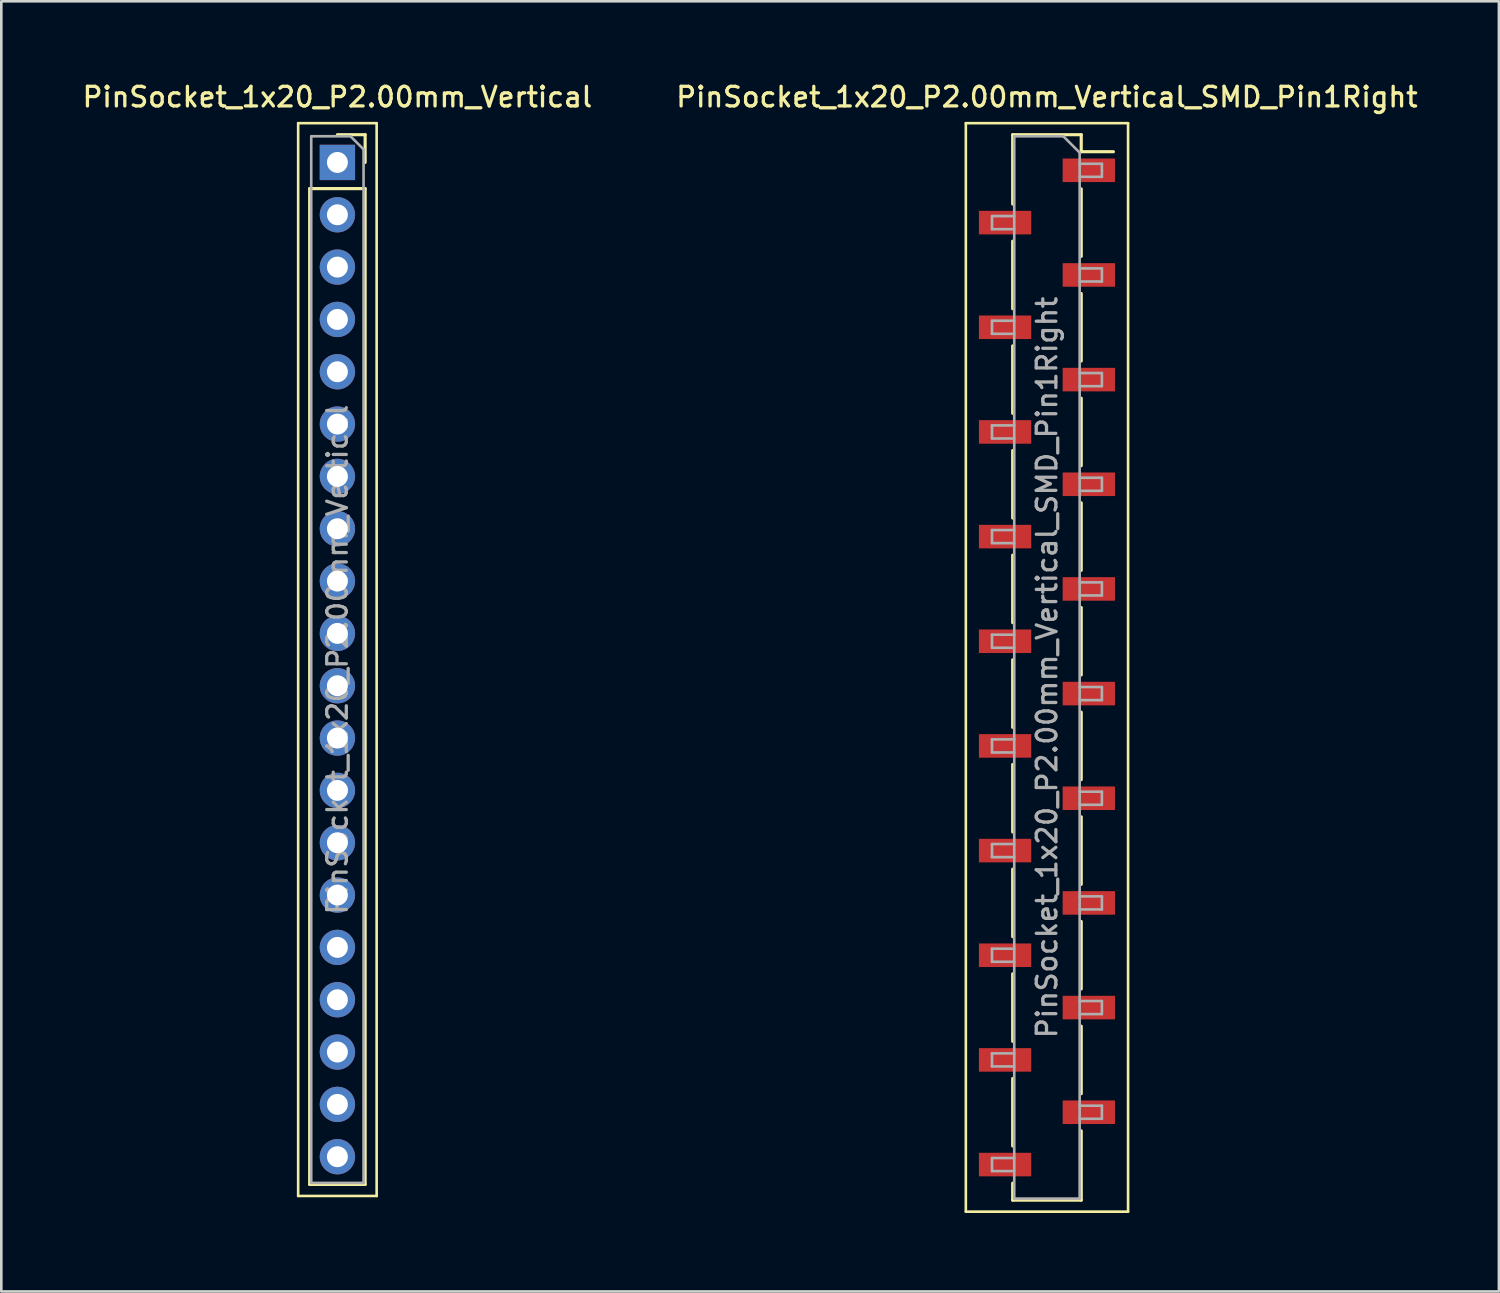
<source format=kicad_pcb>
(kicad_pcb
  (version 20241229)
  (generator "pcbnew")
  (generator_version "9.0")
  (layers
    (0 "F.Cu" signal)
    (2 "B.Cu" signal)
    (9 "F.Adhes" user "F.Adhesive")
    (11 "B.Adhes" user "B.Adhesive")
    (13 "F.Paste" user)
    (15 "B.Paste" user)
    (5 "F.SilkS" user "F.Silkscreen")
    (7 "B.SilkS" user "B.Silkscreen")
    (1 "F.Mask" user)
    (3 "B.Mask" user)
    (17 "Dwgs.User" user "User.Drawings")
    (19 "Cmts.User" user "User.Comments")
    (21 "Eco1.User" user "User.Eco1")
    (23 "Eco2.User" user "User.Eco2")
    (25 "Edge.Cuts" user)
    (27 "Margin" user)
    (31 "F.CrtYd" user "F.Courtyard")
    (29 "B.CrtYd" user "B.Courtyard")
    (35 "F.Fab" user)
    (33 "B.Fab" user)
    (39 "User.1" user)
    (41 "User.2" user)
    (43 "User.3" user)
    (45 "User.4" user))
  (footprint "PinSocket_1x20_P2.00mm_Vertical"
    (layer "F.Cu")
    (at 9.845 3.158)
    (property "Reference" "PinSocket_1x20_P2.00mm_Vertical" (at 0 -2.5 0) (layer "F.SilkS") (effects (font (size 0.75 0.75) (thickness 0.125))))
    (attr through_hole)
    (fp_line (start -1.5 -1.5) (end 1.5 -1.5) (stroke (width 0.1) (type solid)) (layer "F.SilkS"))
    (fp_line (start -1.5 39.5) (end -1.5 -1.5) (stroke (width 0.1) (type solid)) (layer "F.SilkS"))
    (fp_line (start -1.06 1) (end -1.06 39.06) (stroke (width 0.12) (type solid)) (layer "F.SilkS"))
    (fp_line (start -1.06 1) (end 1.06 1) (stroke (width 0.12) (type solid)) (layer "F.SilkS"))
    (fp_line (start -1.06 39.06) (end 1.06 39.06) (stroke (width 0.12) (type solid)) (layer "F.SilkS"))
    (fp_line (start 0 -1.06) (end 1.06 -1.06) (stroke (width 0.12) (type solid)) (layer "F.SilkS"))
    (fp_line (start 1.06 -1.06) (end 1.06 0) (stroke (width 0.12) (type solid)) (layer "F.SilkS"))
    (fp_line (start 1.06 1) (end 1.06 39.06) (stroke (width 0.12) (type solid)) (layer "F.SilkS"))
    (fp_line (start 1.5 -1.5) (end 1.5 39.5) (stroke (width 0.1) (type solid)) (layer "F.SilkS"))
    (fp_line (start 1.5 39.5) (end -1.5 39.5) (stroke (width 0.1) (type solid)) (layer "F.SilkS"))
    (fp_line (start -1 -1) (end 0.5 -1) (stroke (width 0.1) (type solid)) (layer "F.Fab"))
    (fp_line (start -1 39) (end -1 -1) (stroke (width 0.1) (type solid)) (layer "F.Fab"))
    (fp_line (start 0.5 -1) (end 1 -0.5) (stroke (width 0.1) (type solid)) (layer "F.Fab"))
    (fp_line (start 1 -0.5) (end 1 39) (stroke (width 0.1) (type solid)) (layer "F.Fab"))
    (fp_line (start 1 39) (end -1 39) (stroke (width 0.1) (type solid)) (layer "F.Fab"))
    (fp_text user "${REFERENCE}" (at 0 19 90) (layer "F.Fab") (effects (font (size 0.75 0.75) (thickness 0.125))))
    (pad "1" thru_hole rect (at 0 0) (size 1.35 1.35) (drill 0.8) (layers "*.Cu" "*.Mask"))
    (pad "2" thru_hole oval (at 0 2) (size 1.35 1.35) (drill 0.8) (layers "*.Cu" "*.Mask"))
    (pad "3" thru_hole oval (at 0 4) (size 1.35 1.35) (drill 0.8) (layers "*.Cu" "*.Mask"))
    (pad "4" thru_hole oval (at 0 6) (size 1.35 1.35) (drill 0.8) (layers "*.Cu" "*.Mask"))
    (pad "5" thru_hole oval (at 0 8) (size 1.35 1.35) (drill 0.8) (layers "*.Cu" "*.Mask"))
    (pad "6" thru_hole oval (at 0 10) (size 1.35 1.35) (drill 0.8) (layers "*.Cu" "*.Mask"))
    (pad "7" thru_hole oval (at 0 12) (size 1.35 1.35) (drill 0.8) (layers "*.Cu" "*.Mask"))
    (pad "8" thru_hole oval (at 0 14) (size 1.35 1.35) (drill 0.8) (layers "*.Cu" "*.Mask"))
    (pad "9" thru_hole oval (at 0 16) (size 1.35 1.35) (drill 0.8) (layers "*.Cu" "*.Mask"))
    (pad "10" thru_hole oval (at 0 18) (size 1.35 1.35) (drill 0.8) (layers "*.Cu" "*.Mask"))
    (pad "11" thru_hole oval (at 0 20) (size 1.35 1.35) (drill 0.8) (layers "*.Cu" "*.Mask"))
    (pad "12" thru_hole oval (at 0 22) (size 1.35 1.35) (drill 0.8) (layers "*.Cu" "*.Mask"))
    (pad "13" thru_hole oval (at 0 24) (size 1.35 1.35) (drill 0.8) (layers "*.Cu" "*.Mask"))
    (pad "14" thru_hole oval (at 0 26) (size 1.35 1.35) (drill 0.8) (layers "*.Cu" "*.Mask"))
    (pad "15" thru_hole oval (at 0 28) (size 1.35 1.35) (drill 0.8) (layers "*.Cu" "*.Mask"))
    (pad "16" thru_hole oval (at 0 30) (size 1.35 1.35) (drill 0.8) (layers "*.Cu" "*.Mask"))
    (pad "17" thru_hole oval (at 0 32) (size 1.35 1.35) (drill 0.8) (layers "*.Cu" "*.Mask"))
    (pad "18" thru_hole oval (at 0 34) (size 1.35 1.35) (drill 0.8) (layers "*.Cu" "*.Mask"))
    (pad "19" thru_hole oval (at 0 36) (size 1.35 1.35) (drill 0.8) (layers "*.Cu" "*.Mask"))
    (pad "20" thru_hole oval (at 0 38) (size 1.35 1.35) (drill 0.8) (layers "*.Cu" "*.Mask")))
  (footprint "PinSocket_1x20_P2.00mm_Vertical_SMD_Pin1Right"
    (layer "F.Cu")
    (at 36.963 22.458)
    (property "Reference" "PinSocket_1x20_P2.00mm_Vertical_SMD_Pin1Right" (at 0 -21.8 0) (layer "F.SilkS") (effects (font (size 0.75 0.75) (thickness 0.125))))
    (attr smd)
    (fp_line (start -3.1 -20.8) (end 3.1 -20.8) (stroke (width 0.1) (type solid)) (layer "F.SilkS"))
    (fp_line (start -3.1 20.8) (end -3.1 -20.8) (stroke (width 0.1) (type solid)) (layer "F.SilkS"))
    (fp_line (start -1.31 -20.36) (end -1.31 -17.71) (stroke (width 0.12) (type solid)) (layer "F.SilkS"))
    (fp_line (start -1.31 -20.36) (end 1.31 -20.36) (stroke (width 0.12) (type solid)) (layer "F.SilkS"))
    (fp_line (start -1.31 -16.29) (end -1.31 -13.71) (stroke (width 0.12) (type solid)) (layer "F.SilkS"))
    (fp_line (start -1.31 -12.29) (end -1.31 -9.71) (stroke (width 0.12) (type solid)) (layer "F.SilkS"))
    (fp_line (start -1.31 -8.29) (end -1.31 -5.71) (stroke (width 0.12) (type solid)) (layer "F.SilkS"))
    (fp_line (start -1.31 -4.29) (end -1.31 -1.71) (stroke (width 0.12) (type solid)) (layer "F.SilkS"))
    (fp_line (start -1.31 -0.29) (end -1.31 2.29) (stroke (width 0.12) (type solid)) (layer "F.SilkS"))
    (fp_line (start -1.31 3.71) (end -1.31 6.29) (stroke (width 0.12) (type solid)) (layer "F.SilkS"))
    (fp_line (start -1.31 7.71) (end -1.31 10.29) (stroke (width 0.12) (type solid)) (layer "F.SilkS"))
    (fp_line (start -1.31 11.71) (end -1.31 14.29) (stroke (width 0.12) (type solid)) (layer "F.SilkS"))
    (fp_line (start -1.31 15.71) (end -1.31 18.29) (stroke (width 0.12) (type solid)) (layer "F.SilkS"))
    (fp_line (start -1.31 19.71) (end -1.31 20.36) (stroke (width 0.12) (type solid)) (layer "F.SilkS"))
    (fp_line (start -1.31 20.36) (end 1.31 20.36) (stroke (width 0.12) (type solid)) (layer "F.SilkS"))
    (fp_line (start 1.31 -20.36) (end 1.31 -19.71) (stroke (width 0.12) (type solid)) (layer "F.SilkS"))
    (fp_line (start 1.31 -19.71) (end 2.54 -19.71) (stroke (width 0.12) (type solid)) (layer "F.SilkS"))
    (fp_line (start 1.31 -18.29) (end 1.31 -15.71) (stroke (width 0.12) (type solid)) (layer "F.SilkS"))
    (fp_line (start 1.31 -14.29) (end 1.31 -11.71) (stroke (width 0.12) (type solid)) (layer "F.SilkS"))
    (fp_line (start 1.31 -10.29) (end 1.31 -7.71) (stroke (width 0.12) (type solid)) (layer "F.SilkS"))
    (fp_line (start 1.31 -6.29) (end 1.31 -3.71) (stroke (width 0.12) (type solid)) (layer "F.SilkS"))
    (fp_line (start 1.31 -2.29) (end 1.31 0.29) (stroke (width 0.12) (type solid)) (layer "F.SilkS"))
    (fp_line (start 1.31 1.71) (end 1.31 4.29) (stroke (width 0.12) (type solid)) (layer "F.SilkS"))
    (fp_line (start 1.31 5.71) (end 1.31 8.29) (stroke (width 0.12) (type solid)) (layer "F.SilkS"))
    (fp_line (start 1.31 9.71) (end 1.31 12.29) (stroke (width 0.12) (type solid)) (layer "F.SilkS"))
    (fp_line (start 1.31 13.71) (end 1.31 16.29) (stroke (width 0.12) (type solid)) (layer "F.SilkS"))
    (fp_line (start 1.31 17.71) (end 1.31 20.36) (stroke (width 0.12) (type solid)) (layer "F.SilkS"))
    (fp_line (start 3.1 -20.8) (end 3.1 20.8) (stroke (width 0.1) (type solid)) (layer "F.SilkS"))
    (fp_line (start 3.1 20.8) (end -3.1 20.8) (stroke (width 0.1) (type solid)) (layer "F.SilkS"))
    (fp_line (start -2.1 -17.25) (end -1.25 -17.25) (stroke (width 0.1) (type solid)) (layer "F.Fab"))
    (fp_line (start -2.1 -16.75) (end -2.1 -17.25) (stroke (width 0.1) (type solid)) (layer "F.Fab"))
    (fp_line (start -2.1 -13.25) (end -1.25 -13.25) (stroke (width 0.1) (type solid)) (layer "F.Fab"))
    (fp_line (start -2.1 -12.75) (end -2.1 -13.25) (stroke (width 0.1) (type solid)) (layer "F.Fab"))
    (fp_line (start -2.1 -9.25) (end -1.25 -9.25) (stroke (width 0.1) (type solid)) (layer "F.Fab"))
    (fp_line (start -2.1 -8.75) (end -2.1 -9.25) (stroke (width 0.1) (type solid)) (layer "F.Fab"))
    (fp_line (start -2.1 -5.25) (end -1.25 -5.25) (stroke (width 0.1) (type solid)) (layer "F.Fab"))
    (fp_line (start -2.1 -4.75) (end -2.1 -5.25) (stroke (width 0.1) (type solid)) (layer "F.Fab"))
    (fp_line (start -2.1 -1.25) (end -1.25 -1.25) (stroke (width 0.1) (type solid)) (layer "F.Fab"))
    (fp_line (start -2.1 -0.75) (end -2.1 -1.25) (stroke (width 0.1) (type solid)) (layer "F.Fab"))
    (fp_line (start -2.1 2.75) (end -1.25 2.75) (stroke (width 0.1) (type solid)) (layer "F.Fab"))
    (fp_line (start -2.1 3.25) (end -2.1 2.75) (stroke (width 0.1) (type solid)) (layer "F.Fab"))
    (fp_line (start -2.1 6.75) (end -1.25 6.75) (stroke (width 0.1) (type solid)) (layer "F.Fab"))
    (fp_line (start -2.1 7.25) (end -2.1 6.75) (stroke (width 0.1) (type solid)) (layer "F.Fab"))
    (fp_line (start -2.1 10.75) (end -1.25 10.75) (stroke (width 0.1) (type solid)) (layer "F.Fab"))
    (fp_line (start -2.1 11.25) (end -2.1 10.75) (stroke (width 0.1) (type solid)) (layer "F.Fab"))
    (fp_line (start -2.1 14.75) (end -1.25 14.75) (stroke (width 0.1) (type solid)) (layer "F.Fab"))
    (fp_line (start -2.1 15.25) (end -2.1 14.75) (stroke (width 0.1) (type solid)) (layer "F.Fab"))
    (fp_line (start -2.1 18.75) (end -1.25 18.75) (stroke (width 0.1) (type solid)) (layer "F.Fab"))
    (fp_line (start -2.1 19.25) (end -2.1 18.75) (stroke (width 0.1) (type solid)) (layer "F.Fab"))
    (fp_line (start -1.25 -20.3) (end 0.625 -20.3) (stroke (width 0.1) (type solid)) (layer "F.Fab"))
    (fp_line (start -1.25 -16.75) (end -2.1 -16.75) (stroke (width 0.1) (type solid)) (layer "F.Fab"))
    (fp_line (start -1.25 -12.75) (end -2.1 -12.75) (stroke (width 0.1) (type solid)) (layer "F.Fab"))
    (fp_line (start -1.25 -8.75) (end -2.1 -8.75) (stroke (width 0.1) (type solid)) (layer "F.Fab"))
    (fp_line (start -1.25 -4.75) (end -2.1 -4.75) (stroke (width 0.1) (type solid)) (layer "F.Fab"))
    (fp_line (start -1.25 -0.75) (end -2.1 -0.75) (stroke (width 0.1) (type solid)) (layer "F.Fab"))
    (fp_line (start -1.25 3.25) (end -2.1 3.25) (stroke (width 0.1) (type solid)) (layer "F.Fab"))
    (fp_line (start -1.25 7.25) (end -2.1 7.25) (stroke (width 0.1) (type solid)) (layer "F.Fab"))
    (fp_line (start -1.25 11.25) (end -2.1 11.25) (stroke (width 0.1) (type solid)) (layer "F.Fab"))
    (fp_line (start -1.25 15.25) (end -2.1 15.25) (stroke (width 0.1) (type solid)) (layer "F.Fab"))
    (fp_line (start -1.25 19.25) (end -2.1 19.25) (stroke (width 0.1) (type solid)) (layer "F.Fab"))
    (fp_line (start -1.25 20.3) (end -1.25 -20.3) (stroke (width 0.1) (type solid)) (layer "F.Fab"))
    (fp_line (start 0.625 -20.3) (end 1.25 -19.675) (stroke (width 0.1) (type solid)) (layer "F.Fab"))
    (fp_line (start 1.25 -19.675) (end 1.25 20.3) (stroke (width 0.1) (type solid)) (layer "F.Fab"))
    (fp_line (start 1.25 -19.25) (end 2.1 -19.25) (stroke (width 0.1) (type solid)) (layer "F.Fab"))
    (fp_line (start 1.25 -15.25) (end 2.1 -15.25) (stroke (width 0.1) (type solid)) (layer "F.Fab"))
    (fp_line (start 1.25 -11.25) (end 2.1 -11.25) (stroke (width 0.1) (type solid)) (layer "F.Fab"))
    (fp_line (start 1.25 -7.25) (end 2.1 -7.25) (stroke (width 0.1) (type solid)) (layer "F.Fab"))
    (fp_line (start 1.25 -3.25) (end 2.1 -3.25) (stroke (width 0.1) (type solid)) (layer "F.Fab"))
    (fp_line (start 1.25 0.75) (end 2.1 0.75) (stroke (width 0.1) (type solid)) (layer "F.Fab"))
    (fp_line (start 1.25 4.75) (end 2.1 4.75) (stroke (width 0.1) (type solid)) (layer "F.Fab"))
    (fp_line (start 1.25 8.75) (end 2.1 8.75) (stroke (width 0.1) (type solid)) (layer "F.Fab"))
    (fp_line (start 1.25 12.75) (end 2.1 12.75) (stroke (width 0.1) (type solid)) (layer "F.Fab"))
    (fp_line (start 1.25 16.75) (end 2.1 16.75) (stroke (width 0.1) (type solid)) (layer "F.Fab"))
    (fp_line (start 1.25 20.3) (end -1.25 20.3) (stroke (width 0.1) (type solid)) (layer "F.Fab"))
    (fp_line (start 2.1 -19.25) (end 2.1 -18.75) (stroke (width 0.1) (type solid)) (layer "F.Fab"))
    (fp_line (start 2.1 -18.75) (end 1.25 -18.75) (stroke (width 0.1) (type solid)) (layer "F.Fab"))
    (fp_line (start 2.1 -15.25) (end 2.1 -14.75) (stroke (width 0.1) (type solid)) (layer "F.Fab"))
    (fp_line (start 2.1 -14.75) (end 1.25 -14.75) (stroke (width 0.1) (type solid)) (layer "F.Fab"))
    (fp_line (start 2.1 -11.25) (end 2.1 -10.75) (stroke (width 0.1) (type solid)) (layer "F.Fab"))
    (fp_line (start 2.1 -10.75) (end 1.25 -10.75) (stroke (width 0.1) (type solid)) (layer "F.Fab"))
    (fp_line (start 2.1 -7.25) (end 2.1 -6.75) (stroke (width 0.1) (type solid)) (layer "F.Fab"))
    (fp_line (start 2.1 -6.75) (end 1.25 -6.75) (stroke (width 0.1) (type solid)) (layer "F.Fab"))
    (fp_line (start 2.1 -3.25) (end 2.1 -2.75) (stroke (width 0.1) (type solid)) (layer "F.Fab"))
    (fp_line (start 2.1 -2.75) (end 1.25 -2.75) (stroke (width 0.1) (type solid)) (layer "F.Fab"))
    (fp_line (start 2.1 0.75) (end 2.1 1.25) (stroke (width 0.1) (type solid)) (layer "F.Fab"))
    (fp_line (start 2.1 1.25) (end 1.25 1.25) (stroke (width 0.1) (type solid)) (layer "F.Fab"))
    (fp_line (start 2.1 4.75) (end 2.1 5.25) (stroke (width 0.1) (type solid)) (layer "F.Fab"))
    (fp_line (start 2.1 5.25) (end 1.25 5.25) (stroke (width 0.1) (type solid)) (layer "F.Fab"))
    (fp_line (start 2.1 8.75) (end 2.1 9.25) (stroke (width 0.1) (type solid)) (layer "F.Fab"))
    (fp_line (start 2.1 9.25) (end 1.25 9.25) (stroke (width 0.1) (type solid)) (layer "F.Fab"))
    (fp_line (start 2.1 12.75) (end 2.1 13.25) (stroke (width 0.1) (type solid)) (layer "F.Fab"))
    (fp_line (start 2.1 13.25) (end 1.25 13.25) (stroke (width 0.1) (type solid)) (layer "F.Fab"))
    (fp_line (start 2.1 16.75) (end 2.1 17.25) (stroke (width 0.1) (type solid)) (layer "F.Fab"))
    (fp_line (start 2.1 17.25) (end 1.25 17.25) (stroke (width 0.1) (type solid)) (layer "F.Fab"))
    (fp_text user "${REFERENCE}" (at 0 0 90) (layer "F.Fab") (effects (font (size 0.75 0.75) (thickness 0.125))))
    (pad "1" smd rect (at 1.6 -19) (size 2 0.9) (layers "F.Cu" "F.Mask" "F.Paste"))
    (pad "2" smd rect (at -1.6 -17) (size 2 0.9) (layers "F.Cu" "F.Mask" "F.Paste"))
    (pad "3" smd rect (at 1.6 -15) (size 2 0.9) (layers "F.Cu" "F.Mask" "F.Paste"))
    (pad "4" smd rect (at -1.6 -13) (size 2 0.9) (layers "F.Cu" "F.Mask" "F.Paste"))
    (pad "5" smd rect (at 1.6 -11) (size 2 0.9) (layers "F.Cu" "F.Mask" "F.Paste"))
    (pad "6" smd rect (at -1.6 -9) (size 2 0.9) (layers "F.Cu" "F.Mask" "F.Paste"))
    (pad "7" smd rect (at 1.6 -7) (size 2 0.9) (layers "F.Cu" "F.Mask" "F.Paste"))
    (pad "8" smd rect (at -1.6 -5) (size 2 0.9) (layers "F.Cu" "F.Mask" "F.Paste"))
    (pad "9" smd rect (at 1.6 -3) (size 2 0.9) (layers "F.Cu" "F.Mask" "F.Paste"))
    (pad "10" smd rect (at -1.6 -1) (size 2 0.9) (layers "F.Cu" "F.Mask" "F.Paste"))
    (pad "11" smd rect (at 1.6 1) (size 2 0.9) (layers "F.Cu" "F.Mask" "F.Paste"))
    (pad "12" smd rect (at -1.6 3) (size 2 0.9) (layers "F.Cu" "F.Mask" "F.Paste"))
    (pad "13" smd rect (at 1.6 5) (size 2 0.9) (layers "F.Cu" "F.Mask" "F.Paste"))
    (pad "14" smd rect (at -1.6 7) (size 2 0.9) (layers "F.Cu" "F.Mask" "F.Paste"))
    (pad "15" smd rect (at 1.6 9) (size 2 0.9) (layers "F.Cu" "F.Mask" "F.Paste"))
    (pad "16" smd rect (at -1.6 11) (size 2 0.9) (layers "F.Cu" "F.Mask" "F.Paste"))
    (pad "17" smd rect (at 1.6 13) (size 2 0.9) (layers "F.Cu" "F.Mask" "F.Paste"))
    (pad "18" smd rect (at -1.6 15) (size 2 0.9) (layers "F.Cu" "F.Mask" "F.Paste"))
    (pad "19" smd rect (at 1.6 17) (size 2 0.9) (layers "F.Cu" "F.Mask" "F.Paste"))
    (pad "20" smd rect (at -1.6 19) (size 2 0.9) (layers "F.Cu" "F.Mask" "F.Paste")))
  (gr_rect
    (start -3 -3)
    (end 54.236 46.308)
    (stroke (width 0.1) (type default))
    (fill no)
    (layer "Edge.Cuts")))
</source>
